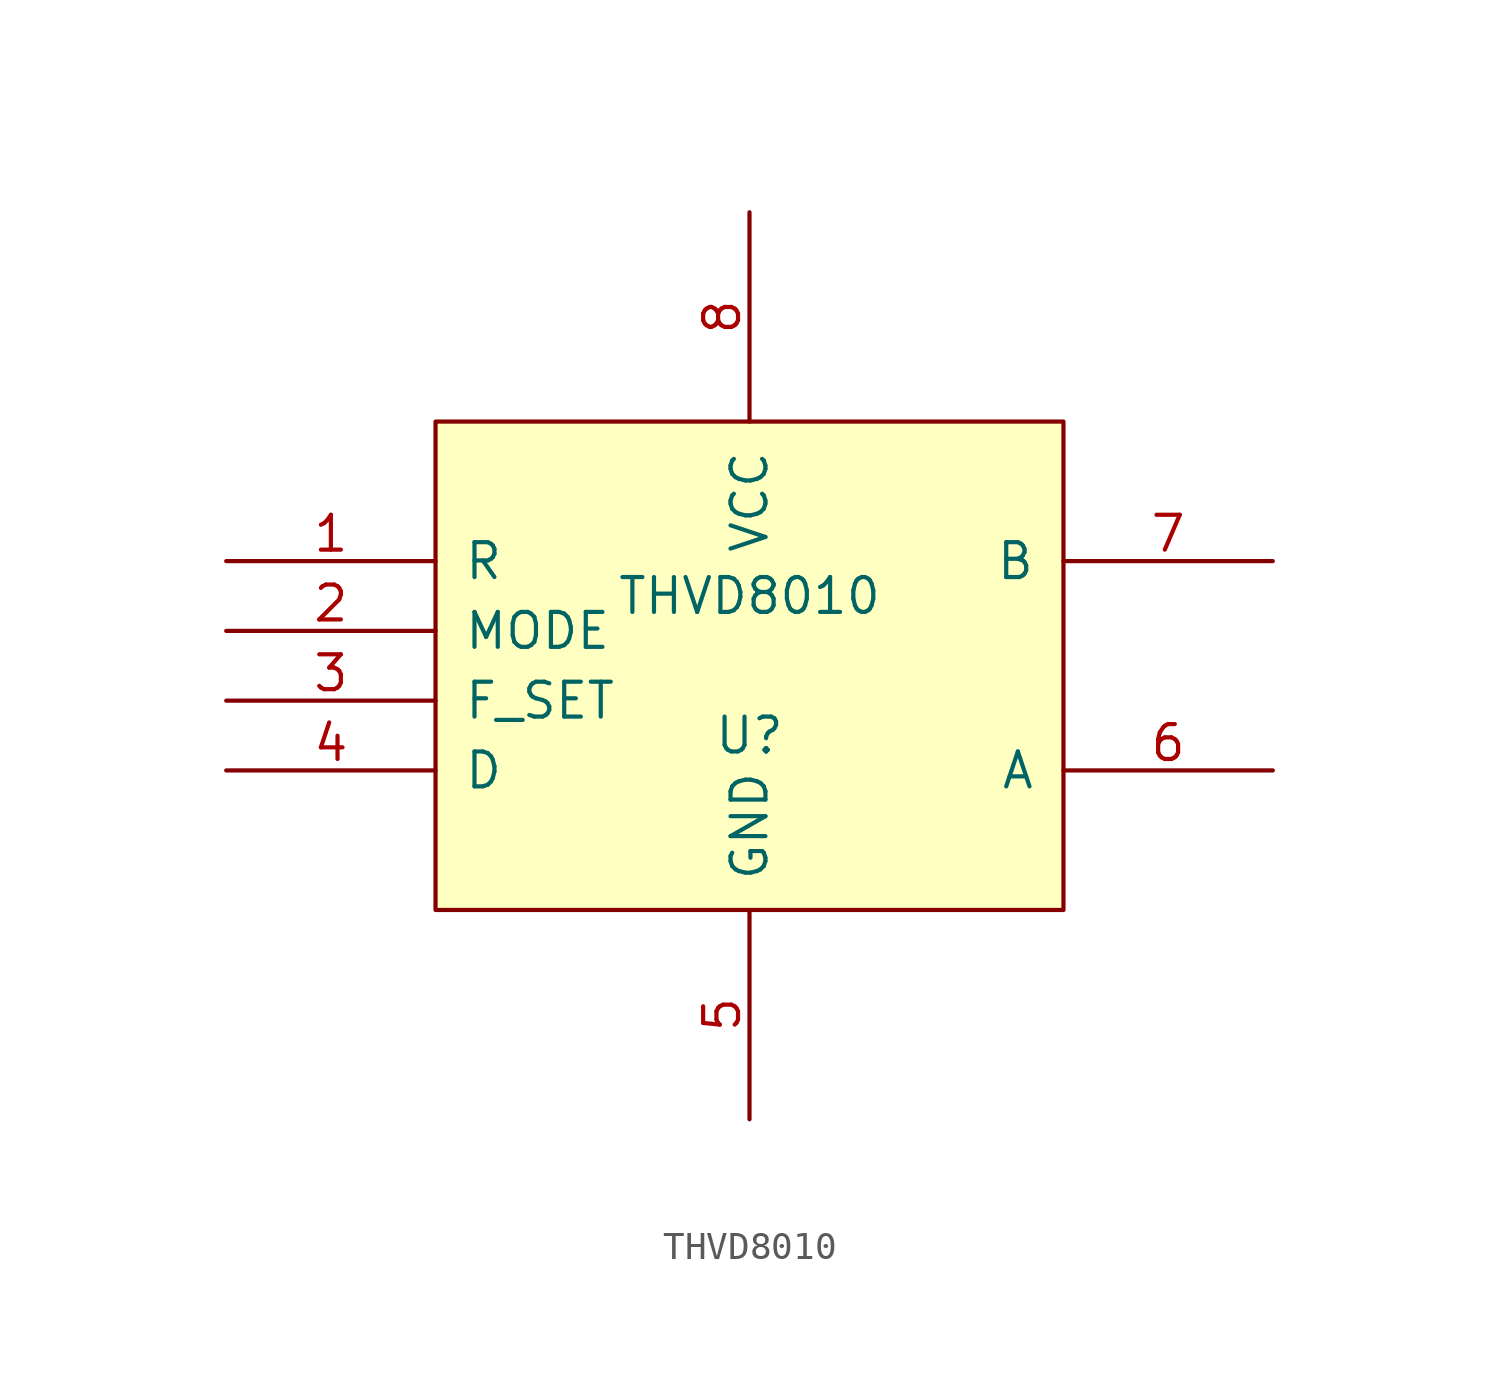
<source format=kicad_sym>
(kicad_symbol_lib
  (version 20220914)
  (generator kicad_symbol_editor)
  (symbol "THVD8010"
    (pin_names
      (offset 1.016))
    (property "Reference" "U"
      (at 0 -2.54 0)
      (effects (font (size 1.27 1.27))))
    (property "Value" "THVD8010"
      (at 0 2.54 0)
      (effects (font (size 1.27 1.27))))
    (symbol "THVD8010_1_0"
      (rectangle (start -11.43 8.89) (end 11.43 -8.89) (stroke (width 0) (type solid)) (fill (type background))))
    (symbol "THVD8010_1_1"
      (pin output line (at -19.05 3.81 0) (length 7.62) (name "R" (effects (font (size 1.27 1.27)))) (number "1" (effects (font (size 1.27 1.27)))))
      (pin input line (at -19.05 1.27 0) (length 7.62) (name "MODE" (effects (font (size 1.27 1.27)))) (number "2" (effects (font (size 1.27 1.27)))))
      (pin input line (at -19.05 -1.27 0) (length 7.62) (name "F_SET" (effects (font (size 1.27 1.27)))) (number "3" (effects (font (size 1.27 1.27)))))
      (pin input line (at -19.05 -3.81 0) (length 7.62) (name "D" (effects (font (size 1.27 1.27)))) (number "4" (effects (font (size 1.27 1.27)))))
      (pin power_in line (at 0 -16.51 90) (length 7.62) (name "GND" (effects (font (size 1.27 1.27)))) (number "5" (effects (font (size 1.27 1.27)))))
      (pin bidirectional line (at 19.05 -3.81 180) (length 7.62) (name "A" (effects (font (size 1.27 1.27)))) (number "6" (effects (font (size 1.27 1.27)))))
      (pin bidirectional line (at 19.05 3.81 180) (length 7.62) (name "B" (effects (font (size 1.27 1.27)))) (number "7" (effects (font (size 1.27 1.27)))))
      (pin power_in line (at 0 16.51 270) (length 7.62) (name "VCC" (effects (font (size 1.27 1.27)))) (number "8" (effects (font (size 1.27 1.27))))))))
</source>
